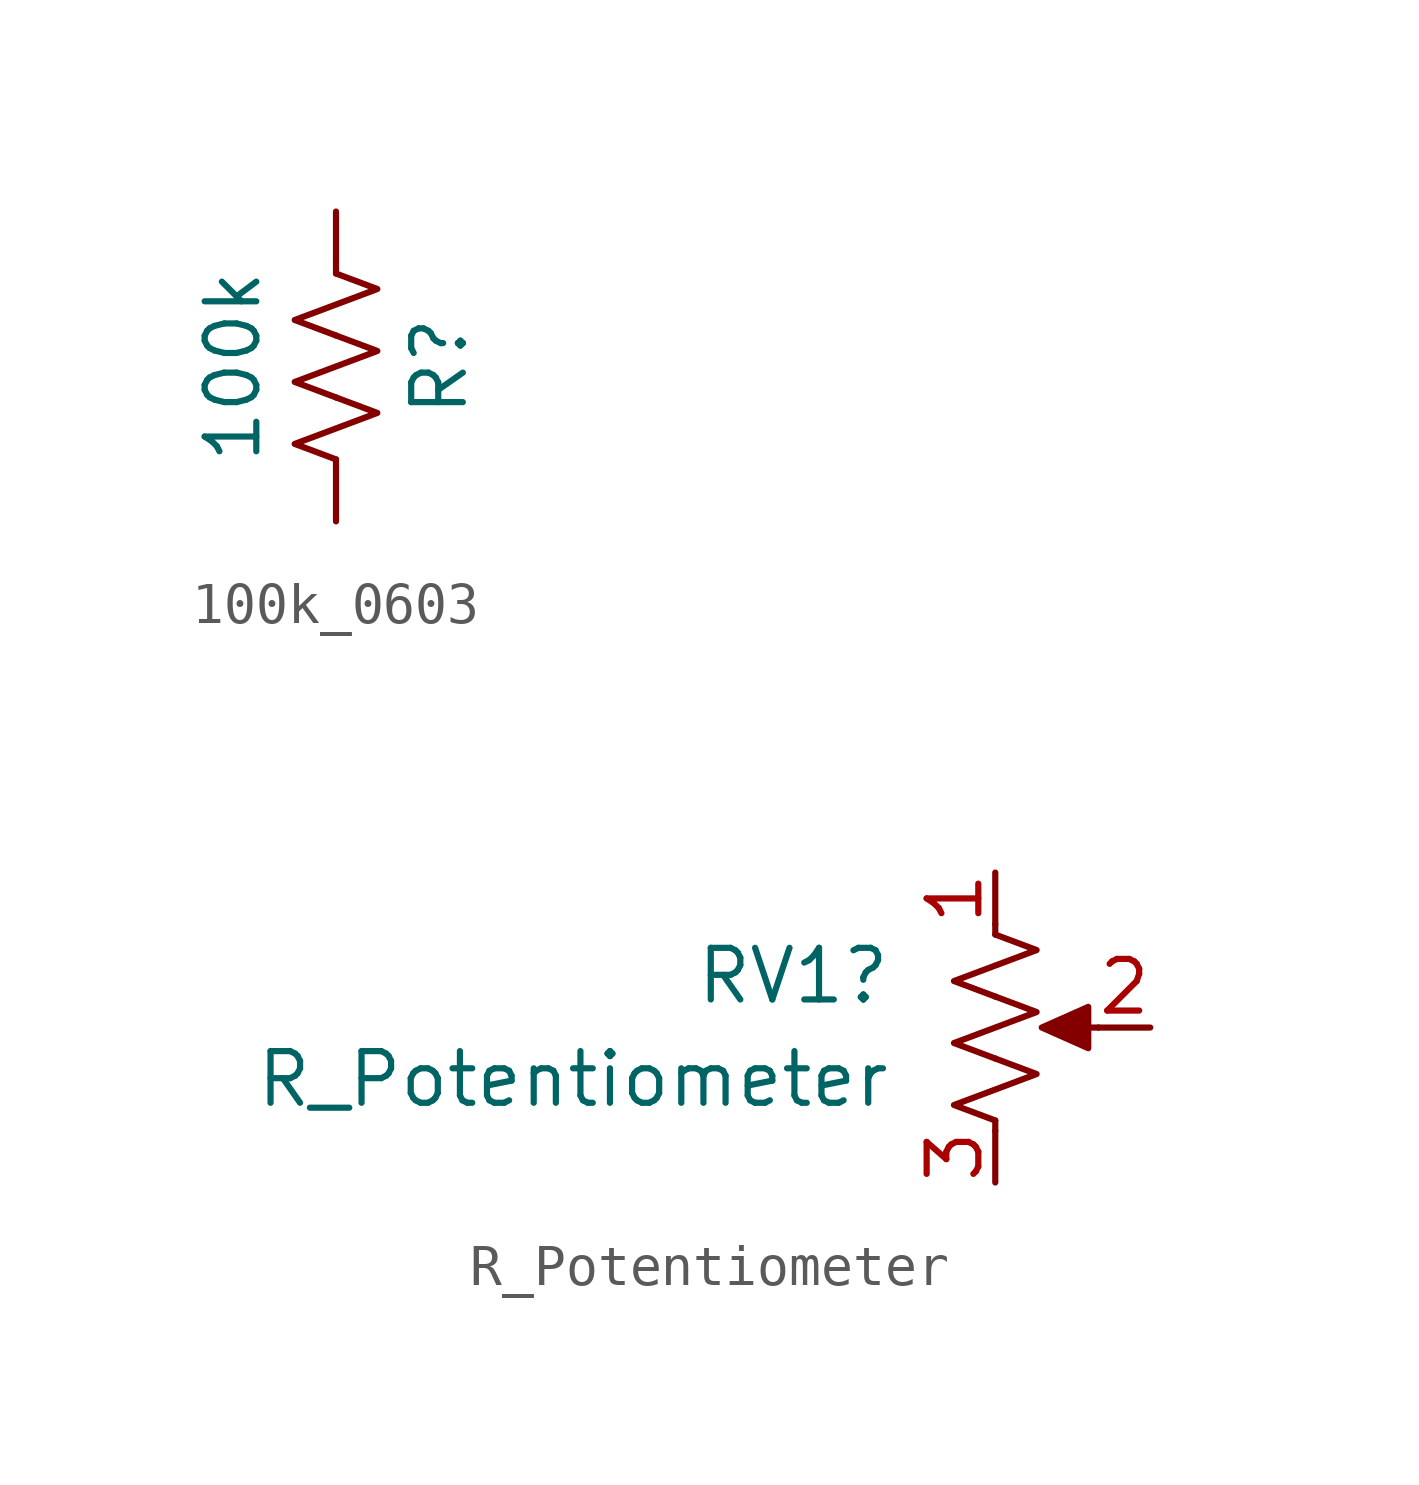
<source format=kicad_sym>
(kicad_symbol_lib
  (version 20220914)
  (generator kicad_symbol_editor)
  (symbol "100k_0603"
    (pin_numbers hide)
    (pin_names
      (offset 0))
    (property "Reference" "R"
      (at 2.54 0 90)
      (effects (font (size 1.27 1.27))))
    (property "Value" "100k"
      (at -2.54 0 90)
      (effects (font (size 1.27 1.27))))
    (symbol "100k_0603_0_1"
      (polyline (pts (xy 0 -2.286) (xy 0 -2.54)) (stroke (width 0) (type default)) (fill (type none)))
      (polyline (pts (xy 0 2.286) (xy 0 2.54)) (stroke (width 0) (type default)) (fill (type none)))
      (polyline (pts (xy 0 -0.762) (xy 1.016 -1.143) (xy 0 -1.524) (xy -1.016 -1.905) (xy 0 -2.286)) (stroke (width 0) (type default)) (fill (type none)))
      (polyline (pts (xy 0 0.762) (xy 1.016 0.381) (xy 0 0) (xy -1.016 -0.381) (xy 0 -0.762)) (stroke (width 0) (type default)) (fill (type none)))
      (polyline (pts (xy 0 2.286) (xy 1.016 1.905) (xy 0 1.524) (xy -1.016 1.143) (xy 0 0.762)) (stroke (width 0) (type default)) (fill (type none))))
    (symbol "100k_0603_1_1"
      (pin passive line (at 0 3.81 270) (length 1.27) (name "~" (effects (font (size 1.27 1.27)))) (number "1" (effects (font (size 1.27 1.27)))))
      (pin passive line (at 0 -3.81 90) (length 1.27) (name "~" (effects (font (size 1.27 1.27)))) (number "2" (effects (font (size 1.27 1.27)))))))
  (symbol "R_Potentiometer"
    (pin_names
      (offset 1.016) hide)
    (property "Reference" "RV1"
      (at -2.54 1.27 0)
      (effects (font (size 1.27 1.27)) (justify right)))
    (property "Value" "R_Potentiometer"
      (at -2.54 -1.27 0)
      (effects (font (size 1.27 1.27)) (justify right)))
    (symbol "R_Potentiometer_0_1"
      (polyline (pts (xy 0 -2.286) (xy 0 -2.54)) (stroke (width 0) (type default)) (fill (type none)))
      (polyline (pts (xy 0 2.54) (xy 0 2.286)) (stroke (width 0) (type default)) (fill (type none)))
      (polyline (pts (xy 2.54 0) (xy 1.524 0)) (stroke (width 0) (type default)) (fill (type none)))
      (polyline (pts (xy 1.143 0) (xy 2.286 0.508) (xy 2.286 -0.508) (xy 1.143 0)) (stroke (width 0) (type default)) (fill (type outline)))
      (polyline (pts (xy 0 -0.762) (xy 1.016 -1.143) (xy 0 -1.524) (xy -1.016 -1.905) (xy 0 -2.286)) (stroke (width 0) (type default)) (fill (type none)))
      (polyline (pts (xy 0 0.762) (xy 1.016 0.381) (xy 0 0) (xy -1.016 -0.381) (xy 0 -0.762)) (stroke (width 0) (type default)) (fill (type none)))
      (polyline (pts (xy 0 2.286) (xy 1.016 1.905) (xy 0 1.524) (xy -1.016 1.143) (xy 0 0.762)) (stroke (width 0) (type default)) (fill (type none))))
    (symbol "R_Potentiometer_1_1"
      (pin passive line (at 0 3.81 270) (length 1.27) (name "1" (effects (font (size 1.27 1.27)))) (number "1" (effects (font (size 1.27 1.27)))))
      (pin passive line (at 3.81 0 180) (length 1.27) (name "2" (effects (font (size 1.27 1.27)))) (number "2" (effects (font (size 1.27 1.27)))))
      (pin passive line (at 0 -3.81 90) (length 1.27) (name "3" (effects (font (size 1.27 1.27)))) (number "3" (effects (font (size 1.27 1.27))))))))
</source>
